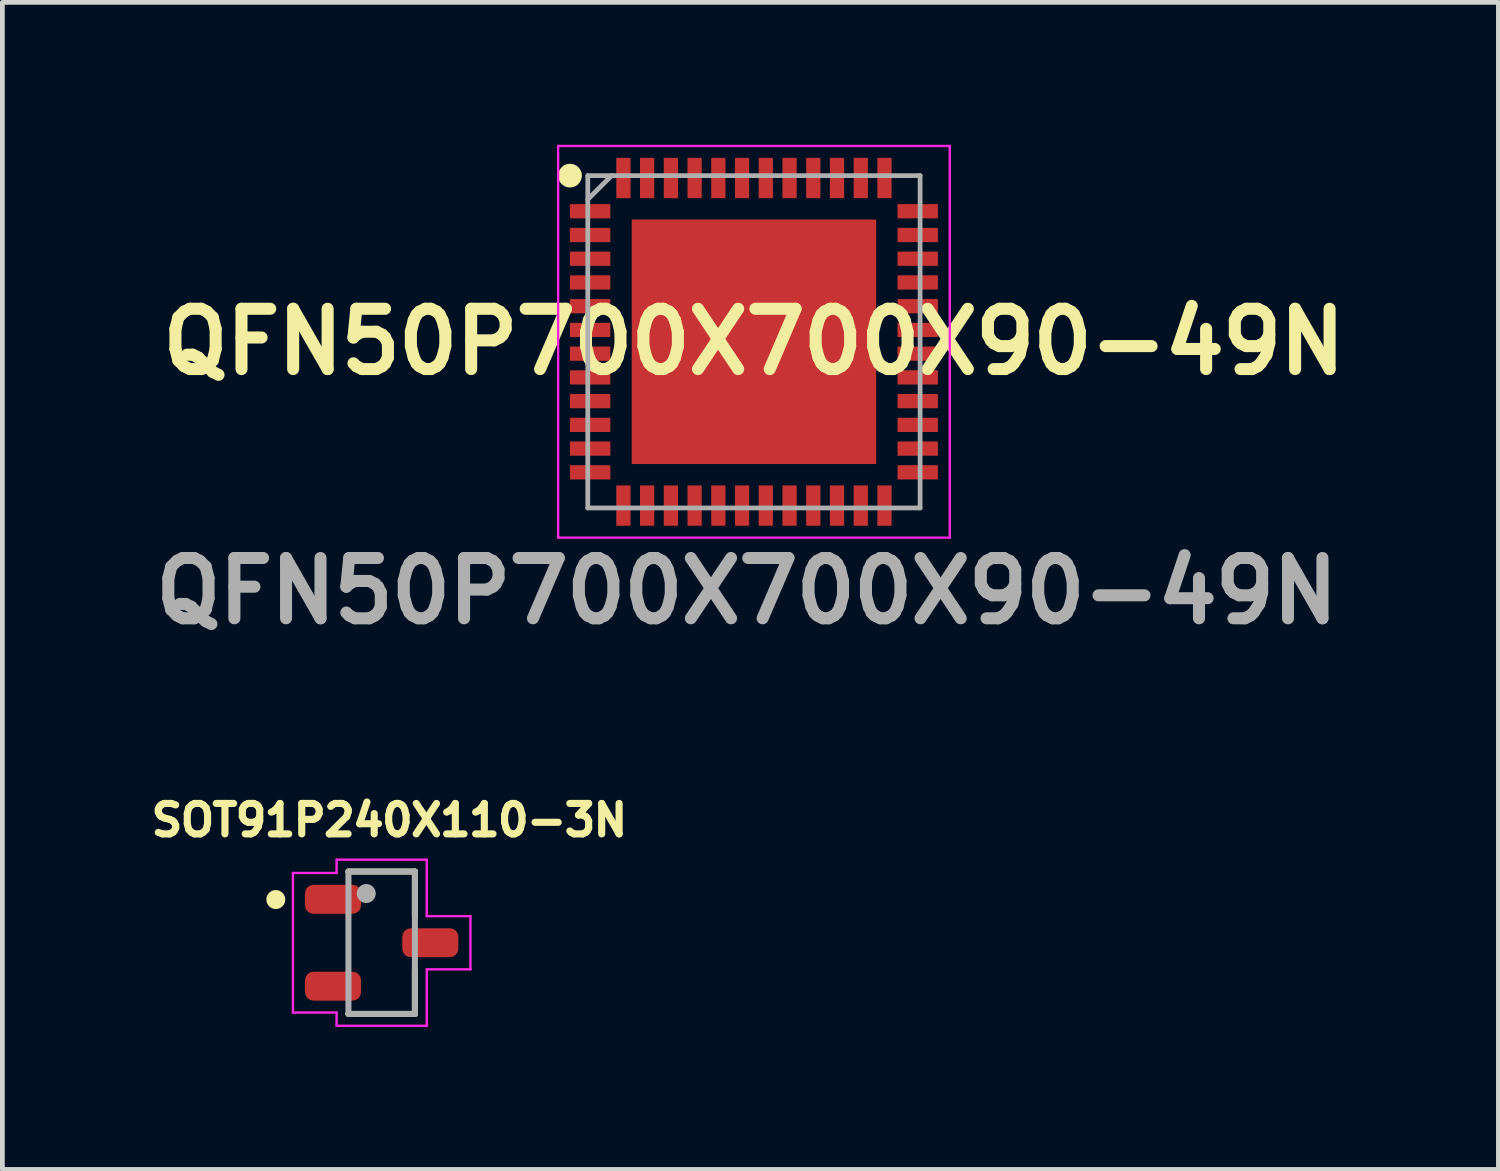
<source format=kicad_pcb>
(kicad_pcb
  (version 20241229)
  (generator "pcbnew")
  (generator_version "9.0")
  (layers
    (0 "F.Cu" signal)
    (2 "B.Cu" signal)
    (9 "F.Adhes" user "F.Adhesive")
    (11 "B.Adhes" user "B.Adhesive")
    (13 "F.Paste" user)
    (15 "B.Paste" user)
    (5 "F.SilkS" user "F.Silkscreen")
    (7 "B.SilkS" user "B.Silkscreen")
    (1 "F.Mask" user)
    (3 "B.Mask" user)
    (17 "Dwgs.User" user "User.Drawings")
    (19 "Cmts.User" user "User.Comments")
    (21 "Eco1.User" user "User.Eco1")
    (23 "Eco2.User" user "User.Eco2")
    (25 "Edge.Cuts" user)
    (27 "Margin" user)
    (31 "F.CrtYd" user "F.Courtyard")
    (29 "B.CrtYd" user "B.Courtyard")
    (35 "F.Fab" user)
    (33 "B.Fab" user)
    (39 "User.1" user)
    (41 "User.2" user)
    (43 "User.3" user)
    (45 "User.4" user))
  (footprint "SOT91P240X110-3N"
    (layer "F.Cu")
    (at 4.99 16.809)
    (property "Reference" "SOT91P240X110-3N" (at 0.163 -2.582 0) (layer "F.SilkS") (effects (font (size 0.641 0.641) (thickness 0.15))))
    (attr smd)
    (fp_line (start -0.7 -1.5) (end 0.7 -1.5) (stroke (width 0.127) (type solid)) (layer "F.SilkS"))
    (fp_line (start -0.7 1.5) (end 0.7 1.5) (stroke (width 0.127) (type solid)) (layer "F.SilkS"))
    (fp_line (start 0.7 -1.5) (end 0.7 -0.56) (stroke (width 0.127) (type solid)) (layer "F.SilkS"))
    (fp_line (start 0.7 1.5) (end 0.7 0.56) (stroke (width 0.127) (type solid)) (layer "F.SilkS"))
    (fp_circle (center -2.23 -0.91) (end -2.13 -0.91) (stroke (width 0.2) (type solid)) (fill no) (layer "F.SilkS"))
    (fp_line (start -1.87 -1.47) (end -0.95 -1.47) (stroke (width 0.05) (type solid)) (layer "F.CrtYd"))
    (fp_line (start -1.87 1.47) (end -1.87 -1.47) (stroke (width 0.05) (type solid)) (layer "F.CrtYd"))
    (fp_line (start -0.95 -1.75) (end 0.95 -1.75) (stroke (width 0.05) (type solid)) (layer "F.CrtYd"))
    (fp_line (start -0.95 -1.47) (end -0.95 -1.75) (stroke (width 0.05) (type solid)) (layer "F.CrtYd"))
    (fp_line (start -0.95 1.47) (end -1.87 1.47) (stroke (width 0.05) (type solid)) (layer "F.CrtYd"))
    (fp_line (start -0.95 1.75) (end -0.95 1.47) (stroke (width 0.05) (type solid)) (layer "F.CrtYd"))
    (fp_line (start 0.95 -1.75) (end 0.95 -0.56) (stroke (width 0.05) (type solid)) (layer "F.CrtYd"))
    (fp_line (start 0.95 -0.56) (end 1.87 -0.56) (stroke (width 0.05) (type solid)) (layer "F.CrtYd"))
    (fp_line (start 0.95 0.56) (end 0.95 1.75) (stroke (width 0.05) (type solid)) (layer "F.CrtYd"))
    (fp_line (start 0.95 1.75) (end -0.95 1.75) (stroke (width 0.05) (type solid)) (layer "F.CrtYd"))
    (fp_line (start 1.87 -0.56) (end 1.87 0.56) (stroke (width 0.05) (type solid)) (layer "F.CrtYd"))
    (fp_line (start 1.87 0.56) (end 0.95 0.56) (stroke (width 0.05) (type solid)) (layer "F.CrtYd"))
    (fp_line (start -0.7 -1.5) (end 0.7 -1.5) (stroke (width 0.127) (type solid)) (layer "F.Fab"))
    (fp_line (start -0.7 1.5) (end -0.7 -1.5) (stroke (width 0.127) (type solid)) (layer "F.Fab"))
    (fp_line (start 0.7 -1.5) (end 0.7 1.5) (stroke (width 0.127) (type solid)) (layer "F.Fab"))
    (fp_line (start 0.7 1.5) (end -0.7 1.5) (stroke (width 0.127) (type solid)) (layer "F.Fab"))
    (fp_circle (center -0.325 -1.037) (end -0.225 -1.037) (stroke (width 0.2) (type solid)) (fill no) (layer "F.Fab"))
    (pad "1" smd roundrect (at -1.025 -0.915 270) (size 0.61 1.18) (layers "F.Cu" "F.Mask" "F.Paste") (roundrect_rratio 0.29))
    (pad "2" smd roundrect (at -1.025 0.915 270) (size 0.61 1.18) (layers "F.Cu" "F.Mask" "F.Paste") (roundrect_rratio 0.29))
    (pad "3" smd roundrect (at 1.025 0 270) (size 0.61 1.18) (layers "F.Cu" "F.Mask" "F.Paste") (roundrect_rratio 0.29)))
  (footprint "QFN50P700X700X90-49N"
    (layer "F.Cu")
    (at 12.832 4.15)
    (property "Reference" "QFN50P700X700X90-49N" (at 0 0 0) (layer "F.SilkS") (effects (font (size 1.27 1.27) (thickness 0.254))))
    (attr smd)
    (fp_circle (center -3.875 -3.5) (end -3.875 -3.375) (stroke (width 0.25) (type solid)) (fill no) (layer "F.SilkS"))
    (fp_line (start -4.125 -4.125) (end 4.125 -4.125) (stroke (width 0.05) (type solid)) (layer "F.CrtYd"))
    (fp_line (start -4.125 4.125) (end -4.125 -4.125) (stroke (width 0.05) (type solid)) (layer "F.CrtYd"))
    (fp_line (start 4.125 -4.125) (end 4.125 4.125) (stroke (width 0.05) (type solid)) (layer "F.CrtYd"))
    (fp_line (start 4.125 4.125) (end -4.125 4.125) (stroke (width 0.05) (type solid)) (layer "F.CrtYd"))
    (fp_line (start -3.5 -3.5) (end 3.5 -3.5) (stroke (width 0.1) (type solid)) (layer "F.Fab"))
    (fp_line (start -3.5 -3) (end -3 -3.5) (stroke (width 0.1) (type solid)) (layer "F.Fab"))
    (fp_line (start -3.5 3.5) (end -3.5 -3.5) (stroke (width 0.1) (type solid)) (layer "F.Fab"))
    (fp_line (start 3.5 -3.5) (end 3.5 3.5) (stroke (width 0.1) (type solid)) (layer "F.Fab"))
    (fp_line (start 3.5 3.5) (end -3.5 3.5) (stroke (width 0.1) (type solid)) (layer "F.Fab"))
    (fp_text user "${REFERENCE}" (at -0.15 5.25 0) (layer "F.Fab") (effects (font (size 1.27 1.27) (thickness 0.254))))
    (pad "1" smd rect (at -3.45 -2.75 90) (size 0.3 0.85) (layers "F.Cu" "F.Mask" "F.Paste"))
    (pad "2" smd rect (at -3.45 -2.25 90) (size 0.3 0.85) (layers "F.Cu" "F.Mask" "F.Paste"))
    (pad "3" smd rect (at -3.45 -1.75 90) (size 0.3 0.85) (layers "F.Cu" "F.Mask" "F.Paste"))
    (pad "4" smd rect (at -3.45 -1.25 90) (size 0.3 0.85) (layers "F.Cu" "F.Mask" "F.Paste"))
    (pad "5" smd rect (at -3.45 -0.75 90) (size 0.3 0.85) (layers "F.Cu" "F.Mask" "F.Paste"))
    (pad "6" smd rect (at -3.45 -0.25 90) (size 0.3 0.85) (layers "F.Cu" "F.Mask" "F.Paste"))
    (pad "7" smd rect (at -3.45 0.25 90) (size 0.3 0.85) (layers "F.Cu" "F.Mask" "F.Paste"))
    (pad "8" smd rect (at -3.45 0.75 90) (size 0.3 0.85) (layers "F.Cu" "F.Mask" "F.Paste"))
    (pad "9" smd rect (at -3.45 1.25 90) (size 0.3 0.85) (layers "F.Cu" "F.Mask" "F.Paste"))
    (pad "10" smd rect (at -3.45 1.75 90) (size 0.3 0.85) (layers "F.Cu" "F.Mask" "F.Paste"))
    (pad "11" smd rect (at -3.45 2.25 90) (size 0.3 0.85) (layers "F.Cu" "F.Mask" "F.Paste"))
    (pad "12" smd rect (at -3.45 2.75 90) (size 0.3 0.85) (layers "F.Cu" "F.Mask" "F.Paste"))
    (pad "13" smd rect (at -2.75 3.45) (size 0.3 0.85) (layers "F.Cu" "F.Mask" "F.Paste"))
    (pad "14" smd rect (at -2.25 3.45) (size 0.3 0.85) (layers "F.Cu" "F.Mask" "F.Paste"))
    (pad "15" smd rect (at -1.75 3.45) (size 0.3 0.85) (layers "F.Cu" "F.Mask" "F.Paste"))
    (pad "16" smd rect (at -1.25 3.45) (size 0.3 0.85) (layers "F.Cu" "F.Mask" "F.Paste"))
    (pad "17" smd rect (at -0.75 3.45) (size 0.3 0.85) (layers "F.Cu" "F.Mask" "F.Paste"))
    (pad "18" smd rect (at -0.25 3.45) (size 0.3 0.85) (layers "F.Cu" "F.Mask" "F.Paste"))
    (pad "19" smd rect (at 0.25 3.45) (size 0.3 0.85) (layers "F.Cu" "F.Mask" "F.Paste"))
    (pad "20" smd rect (at 0.75 3.45) (size 0.3 0.85) (layers "F.Cu" "F.Mask" "F.Paste"))
    (pad "21" smd rect (at 1.25 3.45) (size 0.3 0.85) (layers "F.Cu" "F.Mask" "F.Paste"))
    (pad "22" smd rect (at 1.75 3.45) (size 0.3 0.85) (layers "F.Cu" "F.Mask" "F.Paste"))
    (pad "23" smd rect (at 2.25 3.45) (size 0.3 0.85) (layers "F.Cu" "F.Mask" "F.Paste"))
    (pad "24" smd rect (at 2.75 3.45) (size 0.3 0.85) (layers "F.Cu" "F.Mask" "F.Paste"))
    (pad "25" smd rect (at 3.45 2.75 90) (size 0.3 0.85) (layers "F.Cu" "F.Mask" "F.Paste"))
    (pad "26" smd rect (at 3.45 2.25 90) (size 0.3 0.85) (layers "F.Cu" "F.Mask" "F.Paste"))
    (pad "27" smd rect (at 3.45 1.75 90) (size 0.3 0.85) (layers "F.Cu" "F.Mask" "F.Paste"))
    (pad "28" smd rect (at 3.45 1.25 90) (size 0.3 0.85) (layers "F.Cu" "F.Mask" "F.Paste"))
    (pad "29" smd rect (at 3.45 0.75 90) (size 0.3 0.85) (layers "F.Cu" "F.Mask" "F.Paste"))
    (pad "30" smd rect (at 3.45 0.25 90) (size 0.3 0.85) (layers "F.Cu" "F.Mask" "F.Paste"))
    (pad "31" smd rect (at 3.45 -0.25 90) (size 0.3 0.85) (layers "F.Cu" "F.Mask" "F.Paste"))
    (pad "32" smd rect (at 3.45 -0.75 90) (size 0.3 0.85) (layers "F.Cu" "F.Mask" "F.Paste"))
    (pad "33" smd rect (at 3.45 -1.25 90) (size 0.3 0.85) (layers "F.Cu" "F.Mask" "F.Paste"))
    (pad "34" smd rect (at 3.45 -1.75 90) (size 0.3 0.85) (layers "F.Cu" "F.Mask" "F.Paste"))
    (pad "35" smd rect (at 3.45 -2.25 90) (size 0.3 0.85) (layers "F.Cu" "F.Mask" "F.Paste"))
    (pad "36" smd rect (at 3.45 -2.75 90) (size 0.3 0.85) (layers "F.Cu" "F.Mask" "F.Paste"))
    (pad "37" smd rect (at 2.75 -3.45) (size 0.3 0.85) (layers "F.Cu" "F.Mask" "F.Paste"))
    (pad "38" smd rect (at 2.25 -3.45) (size 0.3 0.85) (layers "F.Cu" "F.Mask" "F.Paste"))
    (pad "39" smd rect (at 1.75 -3.45) (size 0.3 0.85) (layers "F.Cu" "F.Mask" "F.Paste"))
    (pad "40" smd rect (at 1.25 -3.45) (size 0.3 0.85) (layers "F.Cu" "F.Mask" "F.Paste"))
    (pad "41" smd rect (at 0.75 -3.45) (size 0.3 0.85) (layers "F.Cu" "F.Mask" "F.Paste"))
    (pad "42" smd rect (at 0.25 -3.45) (size 0.3 0.85) (layers "F.Cu" "F.Mask" "F.Paste"))
    (pad "43" smd rect (at -0.25 -3.45) (size 0.3 0.85) (layers "F.Cu" "F.Mask" "F.Paste"))
    (pad "44" smd rect (at -0.75 -3.45) (size 0.3 0.85) (layers "F.Cu" "F.Mask" "F.Paste"))
    (pad "45" smd rect (at -1.25 -3.45) (size 0.3 0.85) (layers "F.Cu" "F.Mask" "F.Paste"))
    (pad "46" smd rect (at -1.75 -3.45) (size 0.3 0.85) (layers "F.Cu" "F.Mask" "F.Paste"))
    (pad "47" smd rect (at -2.25 -3.45) (size 0.3 0.85) (layers "F.Cu" "F.Mask" "F.Paste"))
    (pad "48" smd rect (at -2.75 -3.45) (size 0.3 0.85) (layers "F.Cu" "F.Mask" "F.Paste"))
    (pad "49" smd rect (at 0 0) (size 5.15 5.15) (layers "F.Cu" "F.Mask" "F.Paste")))
  (gr_rect
    (start -3 -3)
    (end 28.514 21.584)
    (stroke (width 0.1) (type default))
    (fill no)
    (layer "Edge.Cuts")))
</source>
